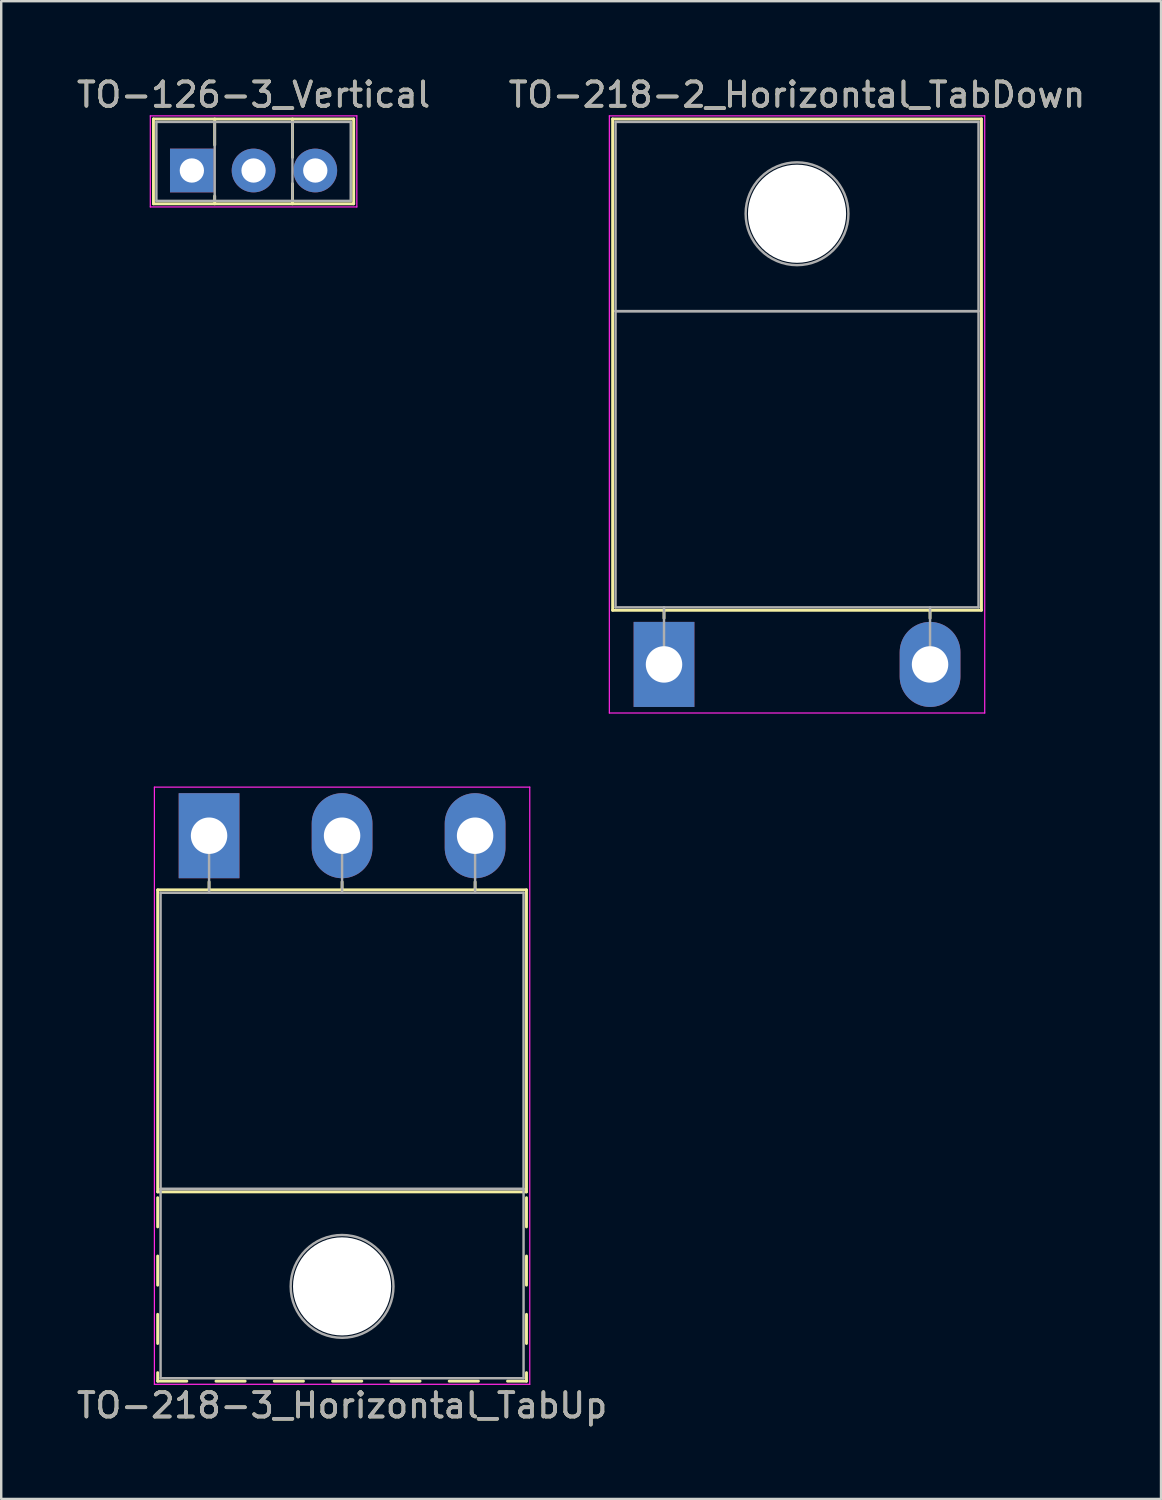
<source format=kicad_pcb>
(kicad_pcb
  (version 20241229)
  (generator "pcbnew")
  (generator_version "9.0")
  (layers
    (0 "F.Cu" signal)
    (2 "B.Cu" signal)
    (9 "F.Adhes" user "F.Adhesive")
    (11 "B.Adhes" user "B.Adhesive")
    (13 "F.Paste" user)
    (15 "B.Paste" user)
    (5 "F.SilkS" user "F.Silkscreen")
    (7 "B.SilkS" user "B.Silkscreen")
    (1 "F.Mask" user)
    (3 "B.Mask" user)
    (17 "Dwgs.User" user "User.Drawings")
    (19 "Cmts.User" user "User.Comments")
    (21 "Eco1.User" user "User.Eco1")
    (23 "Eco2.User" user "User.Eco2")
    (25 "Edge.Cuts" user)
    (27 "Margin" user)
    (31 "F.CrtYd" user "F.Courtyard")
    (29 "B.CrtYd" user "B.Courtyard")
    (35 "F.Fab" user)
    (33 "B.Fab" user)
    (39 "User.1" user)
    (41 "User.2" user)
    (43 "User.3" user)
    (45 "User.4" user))
  (footprint "TO-126-3_Vertical"
    (layer "F.Cu")
    (at 4.847 3.968)
    (property "Reference" "TO-126-3_Vertical" (at 2.54 -3.12 0) (layer "F.SilkS") (effects (font (size 1 1) (thickness 0.15))))
    (attr through_hole)
    (fp_line (start -1.58 -2.12) (end -1.58 1.37) (stroke (width 0.12) (type solid)) (layer "F.SilkS"))
    (fp_line (start -1.58 -2.12) (end 6.66 -2.12) (stroke (width 0.12) (type solid)) (layer "F.SilkS"))
    (fp_line (start -1.58 1.37) (end 6.66 1.37) (stroke (width 0.12) (type solid)) (layer "F.SilkS"))
    (fp_line (start 0.94 -2.12) (end 0.94 -1.05) (stroke (width 0.12) (type solid)) (layer "F.SilkS"))
    (fp_line (start 0.94 1.05) (end 0.94 1.37) (stroke (width 0.12) (type solid)) (layer "F.SilkS"))
    (fp_line (start 4.141 -2.12) (end 4.141 -0.54) (stroke (width 0.12) (type solid)) (layer "F.SilkS"))
    (fp_line (start 4.141 0.54) (end 4.141 1.37) (stroke (width 0.12) (type solid)) (layer "F.SilkS"))
    (fp_line (start 6.66 -2.12) (end 6.66 1.37) (stroke (width 0.12) (type solid)) (layer "F.SilkS"))
    (fp_line (start -1.71 -2.25) (end -1.71 1.5) (stroke (width 0.05) (type solid)) (layer "F.CrtYd"))
    (fp_line (start -1.71 1.5) (end 6.79 1.5) (stroke (width 0.05) (type solid)) (layer "F.CrtYd"))
    (fp_line (start 6.79 -2.25) (end -1.71 -2.25) (stroke (width 0.05) (type solid)) (layer "F.CrtYd"))
    (fp_line (start 6.79 1.5) (end 6.79 -2.25) (stroke (width 0.05) (type solid)) (layer "F.CrtYd"))
    (fp_line (start -1.46 -2) (end -1.46 1.25) (stroke (width 0.1) (type solid)) (layer "F.Fab"))
    (fp_line (start -1.46 1.25) (end 6.54 1.25) (stroke (width 0.1) (type solid)) (layer "F.Fab"))
    (fp_line (start 0.94 -2) (end 0.94 1.25) (stroke (width 0.1) (type solid)) (layer "F.Fab"))
    (fp_line (start 4.14 -2) (end 4.14 1.25) (stroke (width 0.1) (type solid)) (layer "F.Fab"))
    (fp_line (start 6.54 -2) (end -1.46 -2) (stroke (width 0.1) (type solid)) (layer "F.Fab"))
    (fp_line (start 6.54 1.25) (end 6.54 -2) (stroke (width 0.1) (type solid)) (layer "F.Fab"))
    (fp_text user "${REFERENCE}" (at 2.54 -3.12 0) (layer "F.Fab") (effects (font (size 1 1) (thickness 0.15))))
    (pad "1" thru_hole rect (at 0 0) (size 1.8 1.8) (drill 1) (layers "*.Cu" "*.Mask"))
    (pad "2" thru_hole oval (at 2.54 0) (size 1.8 1.8) (drill 1) (layers "*.Cu" "*.Mask"))
    (pad "3" thru_hole oval (at 5.08 0) (size 1.8 1.8) (drill 1) (layers "*.Cu" "*.Mask")))
  (footprint "TO-218-3_Horizontal_TabUp"
    (layer "F.Cu")
    (at 5.555 31.348)
    (property "Reference" "TO-218-3_Horizontal_TabUp" (at 5.475 23.45 0) (layer "F.SilkS") (effects (font (size 1 1) (thickness 0.15))))
    (attr through_hole)
    (fp_line (start -2.115 2.23) (end -2.115 14.66) (stroke (width 0.12) (type solid)) (layer "F.SilkS"))
    (fp_line (start -2.115 2.23) (end 13.065 2.23) (stroke (width 0.12) (type solid)) (layer "F.SilkS"))
    (fp_line (start -2.115 14.66) (end 13.065 14.66) (stroke (width 0.12) (type solid)) (layer "F.SilkS"))
    (fp_line (start -2.115 14.9) (end -2.115 16.101) (stroke (width 0.12) (type solid)) (layer "F.SilkS"))
    (fp_line (start -2.115 17.3) (end -2.115 18.5) (stroke (width 0.12) (type solid)) (layer "F.SilkS"))
    (fp_line (start -2.115 19.7) (end -2.115 20.9) (stroke (width 0.12) (type solid)) (layer "F.SilkS"))
    (fp_line (start -2.115 22.1) (end -2.115 22.45) (stroke (width 0.12) (type solid)) (layer "F.SilkS"))
    (fp_line (start -2.115 22.45) (end -0.916 22.45) (stroke (width 0.12) (type solid)) (layer "F.SilkS"))
    (fp_line (start 0 1.9) (end 0 2.23) (stroke (width 0.12) (type solid)) (layer "F.SilkS"))
    (fp_line (start 0.285 22.45) (end 1.485 22.45) (stroke (width 0.12) (type solid)) (layer "F.SilkS"))
    (fp_line (start 2.685 22.45) (end 3.885 22.45) (stroke (width 0.12) (type solid)) (layer "F.SilkS"))
    (fp_line (start 5.085 22.45) (end 6.285 22.45) (stroke (width 0.12) (type solid)) (layer "F.SilkS"))
    (fp_line (start 5.475 1.9) (end 5.475 2.23) (stroke (width 0.12) (type solid)) (layer "F.SilkS"))
    (fp_line (start 7.485 22.45) (end 8.685 22.45) (stroke (width 0.12) (type solid)) (layer "F.SilkS"))
    (fp_line (start 9.885 22.45) (end 11.085 22.45) (stroke (width 0.12) (type solid)) (layer "F.SilkS"))
    (fp_line (start 10.95 1.9) (end 10.95 2.23) (stroke (width 0.12) (type solid)) (layer "F.SilkS"))
    (fp_line (start 12.285 22.45) (end 13.065 22.45) (stroke (width 0.12) (type solid)) (layer "F.SilkS"))
    (fp_line (start 13.065 2.23) (end 13.065 14.66) (stroke (width 0.12) (type solid)) (layer "F.SilkS"))
    (fp_line (start 13.065 14.9) (end 13.065 16.101) (stroke (width 0.12) (type solid)) (layer "F.SilkS"))
    (fp_line (start 13.065 17.3) (end 13.065 18.5) (stroke (width 0.12) (type solid)) (layer "F.SilkS"))
    (fp_line (start 13.065 19.7) (end 13.065 20.9) (stroke (width 0.12) (type solid)) (layer "F.SilkS"))
    (fp_line (start 13.065 22.1) (end 13.065 22.45) (stroke (width 0.12) (type solid)) (layer "F.SilkS"))
    (fp_line (start -2.25 -2) (end -2.25 22.58) (stroke (width 0.05) (type solid)) (layer "F.CrtYd"))
    (fp_line (start -2.25 22.58) (end 13.2 22.58) (stroke (width 0.05) (type solid)) (layer "F.CrtYd"))
    (fp_line (start 13.2 -2) (end -2.25 -2) (stroke (width 0.05) (type solid)) (layer "F.CrtYd"))
    (fp_line (start 13.2 22.58) (end 13.2 -2) (stroke (width 0.05) (type solid)) (layer "F.CrtYd"))
    (fp_line (start -1.995 2.35) (end -1.995 14.54) (stroke (width 0.1) (type solid)) (layer "F.Fab"))
    (fp_line (start -1.995 14.54) (end -1.995 22.33) (stroke (width 0.1) (type solid)) (layer "F.Fab"))
    (fp_line (start -1.995 14.54) (end 12.945 14.54) (stroke (width 0.1) (type solid)) (layer "F.Fab"))
    (fp_line (start -1.995 22.33) (end 12.945 22.33) (stroke (width 0.1) (type solid)) (layer "F.Fab"))
    (fp_line (start 0 2.35) (end 0 0) (stroke (width 0.1) (type solid)) (layer "F.Fab"))
    (fp_line (start 5.475 2.35) (end 5.475 0) (stroke (width 0.1) (type solid)) (layer "F.Fab"))
    (fp_line (start 10.95 2.35) (end 10.95 0) (stroke (width 0.1) (type solid)) (layer "F.Fab"))
    (fp_line (start 12.945 2.35) (end -1.995 2.35) (stroke (width 0.1) (type solid)) (layer "F.Fab"))
    (fp_line (start 12.945 14.54) (end -1.995 14.54) (stroke (width 0.1) (type solid)) (layer "F.Fab"))
    (fp_line (start 12.945 14.54) (end 12.945 2.35) (stroke (width 0.1) (type solid)) (layer "F.Fab"))
    (fp_line (start 12.945 22.33) (end 12.945 14.54) (stroke (width 0.1) (type solid)) (layer "F.Fab"))
    (fp_circle (center 5.475 18.55) (end 7.59 18.55) (stroke (width 0.1) (type solid)) (fill no) (layer "F.Fab"))
    (fp_text user "${REFERENCE}" (at 5.475 23.45 0) (layer "F.Fab") (effects (font (size 1 1) (thickness 0.15))))
    (pad "" np_thru_hole oval (at 5.475 18.55) (size 4.04 4.04) (drill 4.04) (layers "*.Cu" "*.Mask"))
    (pad "1" thru_hole rect (at 0 0) (size 2.5 3.5) (drill 1.5) (layers "*.Cu" "*.Mask"))
    (pad "2" thru_hole oval (at 5.475 0) (size 2.5 3.5) (drill 1.5) (layers "*.Cu" "*.Mask"))
    (pad "3" thru_hole oval (at 10.95 0) (size 2.5 3.5) (drill 1.5) (layers "*.Cu" "*.Mask")))
  (footprint "TO-218-2_Horizontal_TabDown"
    (layer "F.Cu")
    (at 24.281 24.298)
    (property "Reference" "TO-218-2_Horizontal_TabDown" (at 5.475 -23.45 0) (layer "F.SilkS") (effects (font (size 1 1) (thickness 0.15))))
    (attr through_hole)
    (fp_line (start -2.115 -22.45) (end -2.115 -2.23) (stroke (width 0.12) (type solid)) (layer "F.SilkS"))
    (fp_line (start -2.115 -22.45) (end 13.065 -22.45) (stroke (width 0.12) (type solid)) (layer "F.SilkS"))
    (fp_line (start -2.115 -2.23) (end 13.065 -2.23) (stroke (width 0.12) (type solid)) (layer "F.SilkS"))
    (fp_line (start 0 -2.23) (end 0 -1.9) (stroke (width 0.12) (type solid)) (layer "F.SilkS"))
    (fp_line (start 10.95 -2.23) (end 10.95 -1.9) (stroke (width 0.12) (type solid)) (layer "F.SilkS"))
    (fp_line (start 13.065 -22.45) (end 13.065 -2.23) (stroke (width 0.12) (type solid)) (layer "F.SilkS"))
    (fp_line (start -2.25 -22.58) (end -2.25 2) (stroke (width 0.05) (type solid)) (layer "F.CrtYd"))
    (fp_line (start -2.25 2) (end 13.2 2) (stroke (width 0.05) (type solid)) (layer "F.CrtYd"))
    (fp_line (start 13.2 -22.58) (end -2.25 -22.58) (stroke (width 0.05) (type solid)) (layer "F.CrtYd"))
    (fp_line (start 13.2 2) (end 13.2 -22.58) (stroke (width 0.05) (type solid)) (layer "F.CrtYd"))
    (fp_line (start -1.995 -22.33) (end 12.945 -22.33) (stroke (width 0.1) (type solid)) (layer "F.Fab"))
    (fp_line (start -1.995 -14.54) (end -1.995 -22.33) (stroke (width 0.1) (type solid)) (layer "F.Fab"))
    (fp_line (start -1.995 -14.54) (end 12.945 -14.54) (stroke (width 0.1) (type solid)) (layer "F.Fab"))
    (fp_line (start -1.995 -2.35) (end -1.995 -14.54) (stroke (width 0.1) (type solid)) (layer "F.Fab"))
    (fp_line (start 0 -2.35) (end 0 0) (stroke (width 0.1) (type solid)) (layer "F.Fab"))
    (fp_line (start 10.95 -2.35) (end 10.95 0) (stroke (width 0.1) (type solid)) (layer "F.Fab"))
    (fp_line (start 12.945 -22.33) (end 12.945 -14.54) (stroke (width 0.1) (type solid)) (layer "F.Fab"))
    (fp_line (start 12.945 -14.54) (end -1.995 -14.54) (stroke (width 0.1) (type solid)) (layer "F.Fab"))
    (fp_line (start 12.945 -14.54) (end 12.945 -2.35) (stroke (width 0.1) (type solid)) (layer "F.Fab"))
    (fp_line (start 12.945 -2.35) (end -1.995 -2.35) (stroke (width 0.1) (type solid)) (layer "F.Fab"))
    (fp_circle (center 5.475 -18.55) (end 7.59 -18.55) (stroke (width 0.1) (type solid)) (fill no) (layer "F.Fab"))
    (fp_text user "${REFERENCE}" (at 5.475 -23.45 0) (layer "F.Fab") (effects (font (size 1 1) (thickness 0.15))))
    (pad "" np_thru_hole oval (at 5.475 -18.55) (size 4.04 4.04) (drill 4.04) (layers "*.Cu" "*.Mask"))
    (pad "1" thru_hole rect (at 0 0) (size 2.5 3.5) (drill 1.5) (layers "*.Cu" "*.Mask"))
    (pad "2" thru_hole oval (at 10.95 0) (size 2.5 3.5) (drill 1.5) (layers "*.Cu" "*.Mask")))
  (gr_rect
    (start -3 -3)
    (end 44.738 58.647)
    (stroke (width 0.1) (type default))
    (fill no)
    (layer "Edge.Cuts")))
</source>
